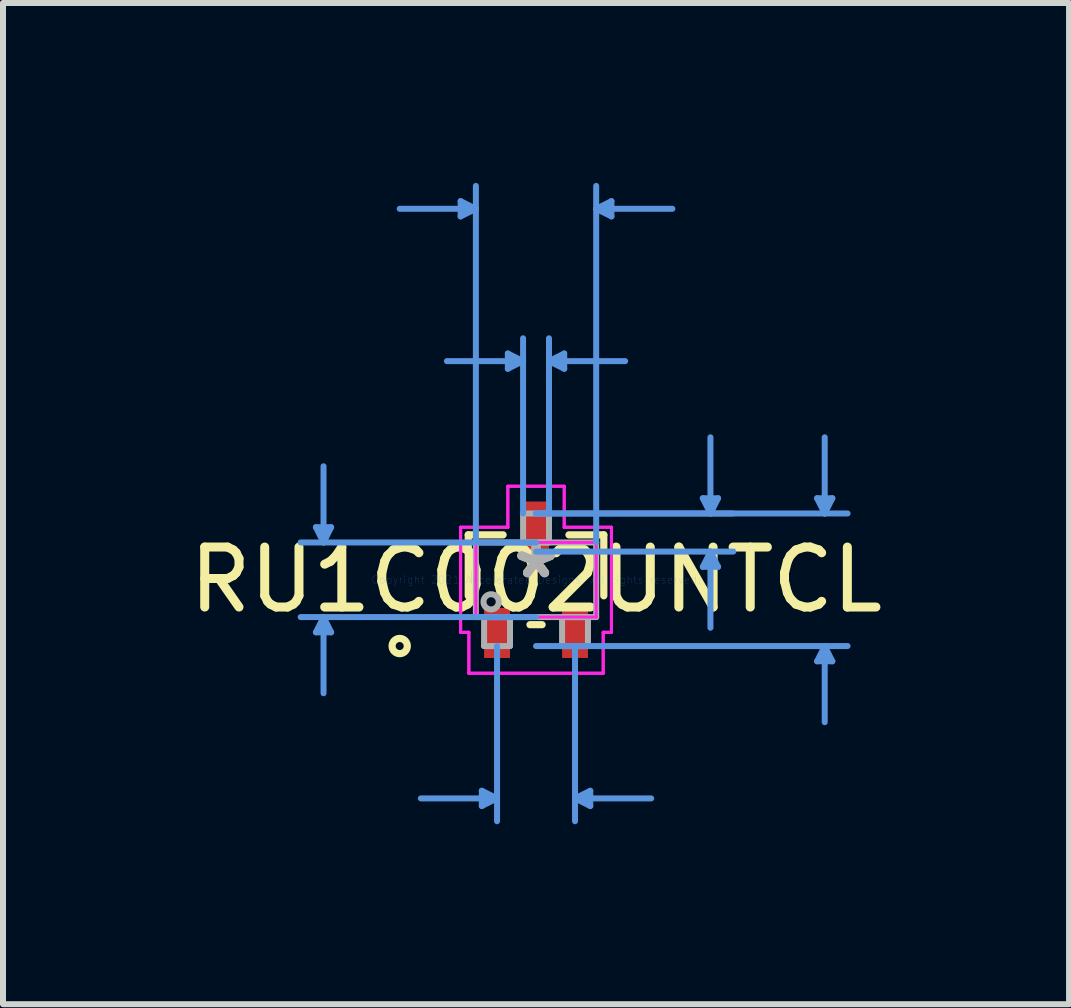
<source format=kicad_pcb>
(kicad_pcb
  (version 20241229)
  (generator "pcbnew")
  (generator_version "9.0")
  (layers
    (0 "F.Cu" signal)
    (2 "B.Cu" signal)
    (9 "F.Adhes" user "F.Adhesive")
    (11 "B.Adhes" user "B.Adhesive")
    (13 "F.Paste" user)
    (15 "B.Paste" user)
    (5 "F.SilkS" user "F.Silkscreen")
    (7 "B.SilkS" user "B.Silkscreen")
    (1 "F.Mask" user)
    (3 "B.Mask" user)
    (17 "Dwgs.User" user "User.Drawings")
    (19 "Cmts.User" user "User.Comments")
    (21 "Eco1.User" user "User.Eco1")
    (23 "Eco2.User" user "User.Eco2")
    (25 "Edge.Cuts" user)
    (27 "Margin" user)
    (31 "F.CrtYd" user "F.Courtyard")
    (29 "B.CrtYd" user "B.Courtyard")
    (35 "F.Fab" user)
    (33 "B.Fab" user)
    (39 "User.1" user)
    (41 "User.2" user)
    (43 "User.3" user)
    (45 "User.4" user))
  (footprint "RU1C002UNTCL"
    (layer "F.Cu")
    (at 5.887 6.616)
    (property "Reference" "RU1C002UNTCL" (at 0 0 0) (layer "F.SilkS") (effects (font (size 1 1) (thickness 0.15))))
    (attr through_hole)
    (fp_line (start -1.13 -0.749) (end -1.13 0.268) (stroke (width 0.12) (type solid)) (layer "F.SilkS"))
    (fp_line (start -0.549 -0.749) (end -1.13 -0.749) (stroke (width 0.12) (type solid)) (layer "F.SilkS"))
    (fp_line (start -0.101 0.749) (end 0.101 0.749) (stroke (width 0.12) (type solid)) (layer "F.SilkS"))
    (fp_line (start 1.13 -0.749) (end 0.549 -0.749) (stroke (width 0.12) (type solid)) (layer "F.SilkS"))
    (fp_line (start 1.13 0.268) (end 1.13 -0.749) (stroke (width 0.12) (type solid)) (layer "F.SilkS"))
    (fp_circle (center -2.273 1.105) (end -2.146 1.105) (stroke (width 0.12) (type solid)) (fill no) (layer "F.SilkS"))
    (fp_line (start -3.67 -0.876) (end -3.416 -0.876) (stroke (width 0.1) (type solid)) (layer "Cmts.User"))
    (fp_line (start -3.67 0.876) (end -3.416 0.876) (stroke (width 0.1) (type solid)) (layer "Cmts.User"))
    (fp_line (start -3.543 -0.622) (end -3.67 -0.876) (stroke (width 0.1) (type solid)) (layer "Cmts.User"))
    (fp_line (start -3.543 -0.622) (end -3.543 -1.892) (stroke (width 0.1) (type solid)) (layer "Cmts.User"))
    (fp_line (start -3.543 -0.622) (end -3.416 -0.876) (stroke (width 0.1) (type solid)) (layer "Cmts.User"))
    (fp_line (start -3.543 0.622) (end -3.67 0.876) (stroke (width 0.1) (type solid)) (layer "Cmts.User"))
    (fp_line (start -3.543 0.622) (end -3.543 1.892) (stroke (width 0.1) (type solid)) (layer "Cmts.User"))
    (fp_line (start -3.543 0.622) (end -3.416 0.876) (stroke (width 0.1) (type solid)) (layer "Cmts.User"))
    (fp_line (start -1.257 -6.312) (end -1.257 -6.058) (stroke (width 0.1) (type solid)) (layer "Cmts.User"))
    (fp_line (start -1.003 -6.185) (end -2.273 -6.185) (stroke (width 0.1) (type solid)) (layer "Cmts.User"))
    (fp_line (start -1.003 -6.185) (end -1.257 -6.312) (stroke (width 0.1) (type solid)) (layer "Cmts.User"))
    (fp_line (start -1.003 -6.185) (end -1.257 -6.058) (stroke (width 0.1) (type solid)) (layer "Cmts.User"))
    (fp_line (start -1.003 -0.622) (end -1.003 -6.566) (stroke (width 0.1) (type solid)) (layer "Cmts.User"))
    (fp_line (start -0.904 3.518) (end -0.904 3.772) (stroke (width 0.1) (type solid)) (layer "Cmts.User"))
    (fp_line (start -0.65 1.105) (end -0.65 4.026) (stroke (width 0.1) (type solid)) (layer "Cmts.User"))
    (fp_line (start -0.65 3.645) (end -1.92 3.645) (stroke (width 0.1) (type solid)) (layer "Cmts.User"))
    (fp_line (start -0.65 3.645) (end -0.904 3.518) (stroke (width 0.1) (type solid)) (layer "Cmts.User"))
    (fp_line (start -0.65 3.645) (end -0.904 3.772) (stroke (width 0.1) (type solid)) (layer "Cmts.User"))
    (fp_line (start -0.47 -3.772) (end -0.47 -3.518) (stroke (width 0.1) (type solid)) (layer "Cmts.User"))
    (fp_line (start -0.216 -3.645) (end -1.486 -3.645) (stroke (width 0.1) (type solid)) (layer "Cmts.User"))
    (fp_line (start -0.216 -3.645) (end -0.47 -3.772) (stroke (width 0.1) (type solid)) (layer "Cmts.User"))
    (fp_line (start -0.216 -3.645) (end -0.47 -3.518) (stroke (width 0.1) (type solid)) (layer "Cmts.User"))
    (fp_line (start -0.216 -1.105) (end -0.216 -4.026) (stroke (width 0.1) (type solid)) (layer "Cmts.User"))
    (fp_line (start 0 -1.105) (end 3.289 -1.105) (stroke (width 0.1) (type solid)) (layer "Cmts.User"))
    (fp_line (start 0 -1.105) (end 5.194 -1.105) (stroke (width 0.1) (type solid)) (layer "Cmts.User"))
    (fp_line (start 0 -0.622) (end -3.924 -0.622) (stroke (width 0.1) (type solid)) (layer "Cmts.User"))
    (fp_line (start 0 -0.47) (end 3.289 -0.47) (stroke (width 0.1) (type solid)) (layer "Cmts.User"))
    (fp_line (start 0 0.622) (end -3.924 0.622) (stroke (width 0.1) (type solid)) (layer "Cmts.User"))
    (fp_line (start 0 1.105) (end 5.194 1.105) (stroke (width 0.1) (type solid)) (layer "Cmts.User"))
    (fp_line (start 0.216 -3.645) (end 0.47 -3.772) (stroke (width 0.1) (type solid)) (layer "Cmts.User"))
    (fp_line (start 0.216 -3.645) (end 0.47 -3.518) (stroke (width 0.1) (type solid)) (layer "Cmts.User"))
    (fp_line (start 0.216 -3.645) (end 1.486 -3.645) (stroke (width 0.1) (type solid)) (layer "Cmts.User"))
    (fp_line (start 0.216 -1.105) (end 0.216 -4.026) (stroke (width 0.1) (type solid)) (layer "Cmts.User"))
    (fp_line (start 0.47 -3.772) (end 0.47 -3.518) (stroke (width 0.1) (type solid)) (layer "Cmts.User"))
    (fp_line (start 0.65 1.105) (end 0.65 4.026) (stroke (width 0.1) (type solid)) (layer "Cmts.User"))
    (fp_line (start 0.65 3.645) (end 0.904 3.518) (stroke (width 0.1) (type solid)) (layer "Cmts.User"))
    (fp_line (start 0.65 3.645) (end 0.904 3.772) (stroke (width 0.1) (type solid)) (layer "Cmts.User"))
    (fp_line (start 0.65 3.645) (end 1.92 3.645) (stroke (width 0.1) (type solid)) (layer "Cmts.User"))
    (fp_line (start 0.904 3.518) (end 0.904 3.772) (stroke (width 0.1) (type solid)) (layer "Cmts.User"))
    (fp_line (start 1.003 -6.185) (end 1.257 -6.312) (stroke (width 0.1) (type solid)) (layer "Cmts.User"))
    (fp_line (start 1.003 -6.185) (end 1.257 -6.058) (stroke (width 0.1) (type solid)) (layer "Cmts.User"))
    (fp_line (start 1.003 -6.185) (end 2.273 -6.185) (stroke (width 0.1) (type solid)) (layer "Cmts.User"))
    (fp_line (start 1.003 -0.622) (end 1.003 -6.566) (stroke (width 0.1) (type solid)) (layer "Cmts.User"))
    (fp_line (start 1.257 -6.312) (end 1.257 -6.058) (stroke (width 0.1) (type solid)) (layer "Cmts.User"))
    (fp_line (start 2.781 -1.359) (end 3.035 -1.359) (stroke (width 0.1) (type solid)) (layer "Cmts.User"))
    (fp_line (start 2.781 -0.216) (end 3.035 -0.216) (stroke (width 0.1) (type solid)) (layer "Cmts.User"))
    (fp_line (start 2.908 -1.105) (end 2.781 -1.359) (stroke (width 0.1) (type solid)) (layer "Cmts.User"))
    (fp_line (start 2.908 -1.105) (end 2.908 -2.375) (stroke (width 0.1) (type solid)) (layer "Cmts.User"))
    (fp_line (start 2.908 -1.105) (end 3.035 -1.359) (stroke (width 0.1) (type solid)) (layer "Cmts.User"))
    (fp_line (start 2.908 -0.47) (end 2.781 -0.216) (stroke (width 0.1) (type solid)) (layer "Cmts.User"))
    (fp_line (start 2.908 -0.47) (end 2.908 0.8) (stroke (width 0.1) (type solid)) (layer "Cmts.User"))
    (fp_line (start 2.908 -0.47) (end 3.035 -0.216) (stroke (width 0.1) (type solid)) (layer "Cmts.User"))
    (fp_line (start 4.686 -1.359) (end 4.94 -1.359) (stroke (width 0.1) (type solid)) (layer "Cmts.User"))
    (fp_line (start 4.686 1.359) (end 4.94 1.359) (stroke (width 0.1) (type solid)) (layer "Cmts.User"))
    (fp_line (start 4.813 -1.105) (end 4.686 -1.359) (stroke (width 0.1) (type solid)) (layer "Cmts.User"))
    (fp_line (start 4.813 -1.105) (end 4.813 -2.375) (stroke (width 0.1) (type solid)) (layer "Cmts.User"))
    (fp_line (start 4.813 -1.105) (end 4.94 -1.359) (stroke (width 0.1) (type solid)) (layer "Cmts.User"))
    (fp_line (start 4.813 1.105) (end 4.686 1.359) (stroke (width 0.1) (type solid)) (layer "Cmts.User"))
    (fp_line (start 4.813 1.105) (end 4.813 2.375) (stroke (width 0.1) (type solid)) (layer "Cmts.User"))
    (fp_line (start 4.813 1.105) (end 4.94 1.359) (stroke (width 0.1) (type solid)) (layer "Cmts.User"))
    (fp_line (start -1.257 -0.876) (end -0.47 -0.876) (stroke (width 0.05) (type solid)) (layer "F.CrtYd"))
    (fp_line (start -1.257 -0.876) (end -0.47 -0.876) (stroke (width 0.05) (type solid)) (layer "F.CrtYd"))
    (fp_line (start -1.257 0.876) (end -1.257 -0.876) (stroke (width 0.05) (type solid)) (layer "F.CrtYd"))
    (fp_line (start -1.257 0.876) (end -1.257 -0.876) (stroke (width 0.05) (type solid)) (layer "F.CrtYd"))
    (fp_line (start -1.257 0.876) (end -1.12 0.876) (stroke (width 0.05) (type solid)) (layer "F.CrtYd"))
    (fp_line (start -1.12 0.876) (end -1.257 0.876) (stroke (width 0.05) (type solid)) (layer "F.CrtYd"))
    (fp_line (start -1.12 0.876) (end -1.12 1.559) (stroke (width 0.05) (type solid)) (layer "F.CrtYd"))
    (fp_line (start -1.12 1.559) (end -1.12 0.876) (stroke (width 0.05) (type solid)) (layer "F.CrtYd"))
    (fp_line (start -1.12 1.559) (end 1.12 1.559) (stroke (width 0.05) (type solid)) (layer "F.CrtYd"))
    (fp_line (start -1.003 -0.622) (end 1.003 -0.622) (stroke (width 0.05) (type solid)) (layer "F.CrtYd"))
    (fp_line (start -1.003 0.622) (end -1.003 -0.622) (stroke (width 0.05) (type solid)) (layer "F.CrtYd"))
    (fp_line (start -0.47 -1.559) (end 0.47 -1.559) (stroke (width 0.05) (type solid)) (layer "F.CrtYd"))
    (fp_line (start -0.47 -1.559) (end 0.47 -1.559) (stroke (width 0.05) (type solid)) (layer "F.CrtYd"))
    (fp_line (start -0.47 -0.876) (end -0.47 -1.559) (stroke (width 0.05) (type solid)) (layer "F.CrtYd"))
    (fp_line (start -0.47 -0.876) (end -0.47 -1.559) (stroke (width 0.05) (type solid)) (layer "F.CrtYd"))
    (fp_line (start 0.47 -1.559) (end 0.47 -0.876) (stroke (width 0.05) (type solid)) (layer "F.CrtYd"))
    (fp_line (start 0.47 -0.876) (end 0.47 -1.559) (stroke (width 0.05) (type solid)) (layer "F.CrtYd"))
    (fp_line (start 0.47 -0.876) (end 1.257 -0.876) (stroke (width 0.05) (type solid)) (layer "F.CrtYd"))
    (fp_line (start 1.003 -0.622) (end 1.003 0.622) (stroke (width 0.05) (type solid)) (layer "F.CrtYd"))
    (fp_line (start 1.003 0.622) (end -1.003 0.622) (stroke (width 0.05) (type solid)) (layer "F.CrtYd"))
    (fp_line (start 1.12 0.876) (end 1.12 1.559) (stroke (width 0.05) (type solid)) (layer "F.CrtYd"))
    (fp_line (start 1.12 0.876) (end 1.12 1.559) (stroke (width 0.05) (type solid)) (layer "F.CrtYd"))
    (fp_line (start 1.12 1.559) (end -1.12 1.559) (stroke (width 0.05) (type solid)) (layer "F.CrtYd"))
    (fp_line (start 1.257 -0.876) (end 0.47 -0.876) (stroke (width 0.05) (type solid)) (layer "F.CrtYd"))
    (fp_line (start 1.257 -0.876) (end 1.257 0.876) (stroke (width 0.05) (type solid)) (layer "F.CrtYd"))
    (fp_line (start 1.257 -0.876) (end 1.257 0.876) (stroke (width 0.05) (type solid)) (layer "F.CrtYd"))
    (fp_line (start 1.257 0.876) (end 1.12 0.876) (stroke (width 0.05) (type solid)) (layer "F.CrtYd"))
    (fp_line (start 1.257 0.876) (end 1.12 0.876) (stroke (width 0.05) (type solid)) (layer "F.CrtYd"))
    (fp_line (start -1.003 -0.622) (end -1.003 0.622) (stroke (width 0.1) (type solid)) (layer "F.Fab"))
    (fp_line (start -1.003 0.622) (end 1.003 0.622) (stroke (width 0.1) (type solid)) (layer "F.Fab"))
    (fp_line (start -0.866 0.622) (end -0.866 1.105) (stroke (width 0.1) (type solid)) (layer "F.Fab"))
    (fp_line (start -0.866 1.105) (end -0.434 1.105) (stroke (width 0.1) (type solid)) (layer "F.Fab"))
    (fp_line (start -0.434 0.622) (end -0.866 0.622) (stroke (width 0.1) (type solid)) (layer "F.Fab"))
    (fp_line (start -0.434 1.105) (end -0.434 0.622) (stroke (width 0.1) (type solid)) (layer "F.Fab"))
    (fp_line (start -0.216 -1.105) (end -0.216 -0.622) (stroke (width 0.1) (type solid)) (layer "F.Fab"))
    (fp_line (start -0.216 -0.622) (end 0.216 -0.622) (stroke (width 0.1) (type solid)) (layer "F.Fab"))
    (fp_line (start 0.216 -1.105) (end -0.216 -1.105) (stroke (width 0.1) (type solid)) (layer "F.Fab"))
    (fp_line (start 0.216 -0.622) (end 0.216 -1.105) (stroke (width 0.1) (type solid)) (layer "F.Fab"))
    (fp_line (start 0.434 0.622) (end 0.434 1.105) (stroke (width 0.1) (type solid)) (layer "F.Fab"))
    (fp_line (start 0.434 1.105) (end 0.866 1.105) (stroke (width 0.1) (type solid)) (layer "F.Fab"))
    (fp_line (start 0.866 0.622) (end 0.434 0.622) (stroke (width 0.1) (type solid)) (layer "F.Fab"))
    (fp_line (start 0.866 1.105) (end 0.866 0.622) (stroke (width 0.1) (type solid)) (layer "F.Fab"))
    (fp_line (start 1.003 -0.622) (end -1.003 -0.622) (stroke (width 0.1) (type solid)) (layer "F.Fab"))
    (fp_line (start 1.003 0.622) (end 1.003 -0.622) (stroke (width 0.1) (type solid)) (layer "F.Fab"))
    (fp_circle (center -0.749 0.368) (end -0.622 0.368) (stroke (width 0.1) (type solid)) (fill no) (layer "F.Fab"))
    (fp_text user "*" (at 0 0 0) (layer "F.SilkS") (effects (font (size 1 1) (thickness 0.15))))
    (fp_text user "Copyright 2021 Accelerated Designs. All rights reserved." (at 0 0 0) (layer "Cmts.User") (effects (font (size 0.127 0.127) (thickness 0.002))))
    (fp_text user "*" (at 0 0 0) (layer "F.Fab") (effects (font (size 1 1) (thickness 0.15))))
    (pad "1" smd rect (at -0.65 0.887) (size 0.432 0.835) (layers "F.Cu" "F.Mask" "F.Paste"))
    (pad "2" smd rect (at 0.65 0.887) (size 0.432 0.835) (layers "F.Cu" "F.Mask" "F.Paste"))
    (pad "3" smd rect (at 0 -0.887) (size 0.432 0.835) (layers "F.Cu" "F.Mask" "F.Paste")))
  (gr_rect
    (start -3 -3)
    (end 14.774 13.692)
    (stroke (width 0.1) (type default))
    (fill no)
    (layer "Edge.Cuts")))
</source>
